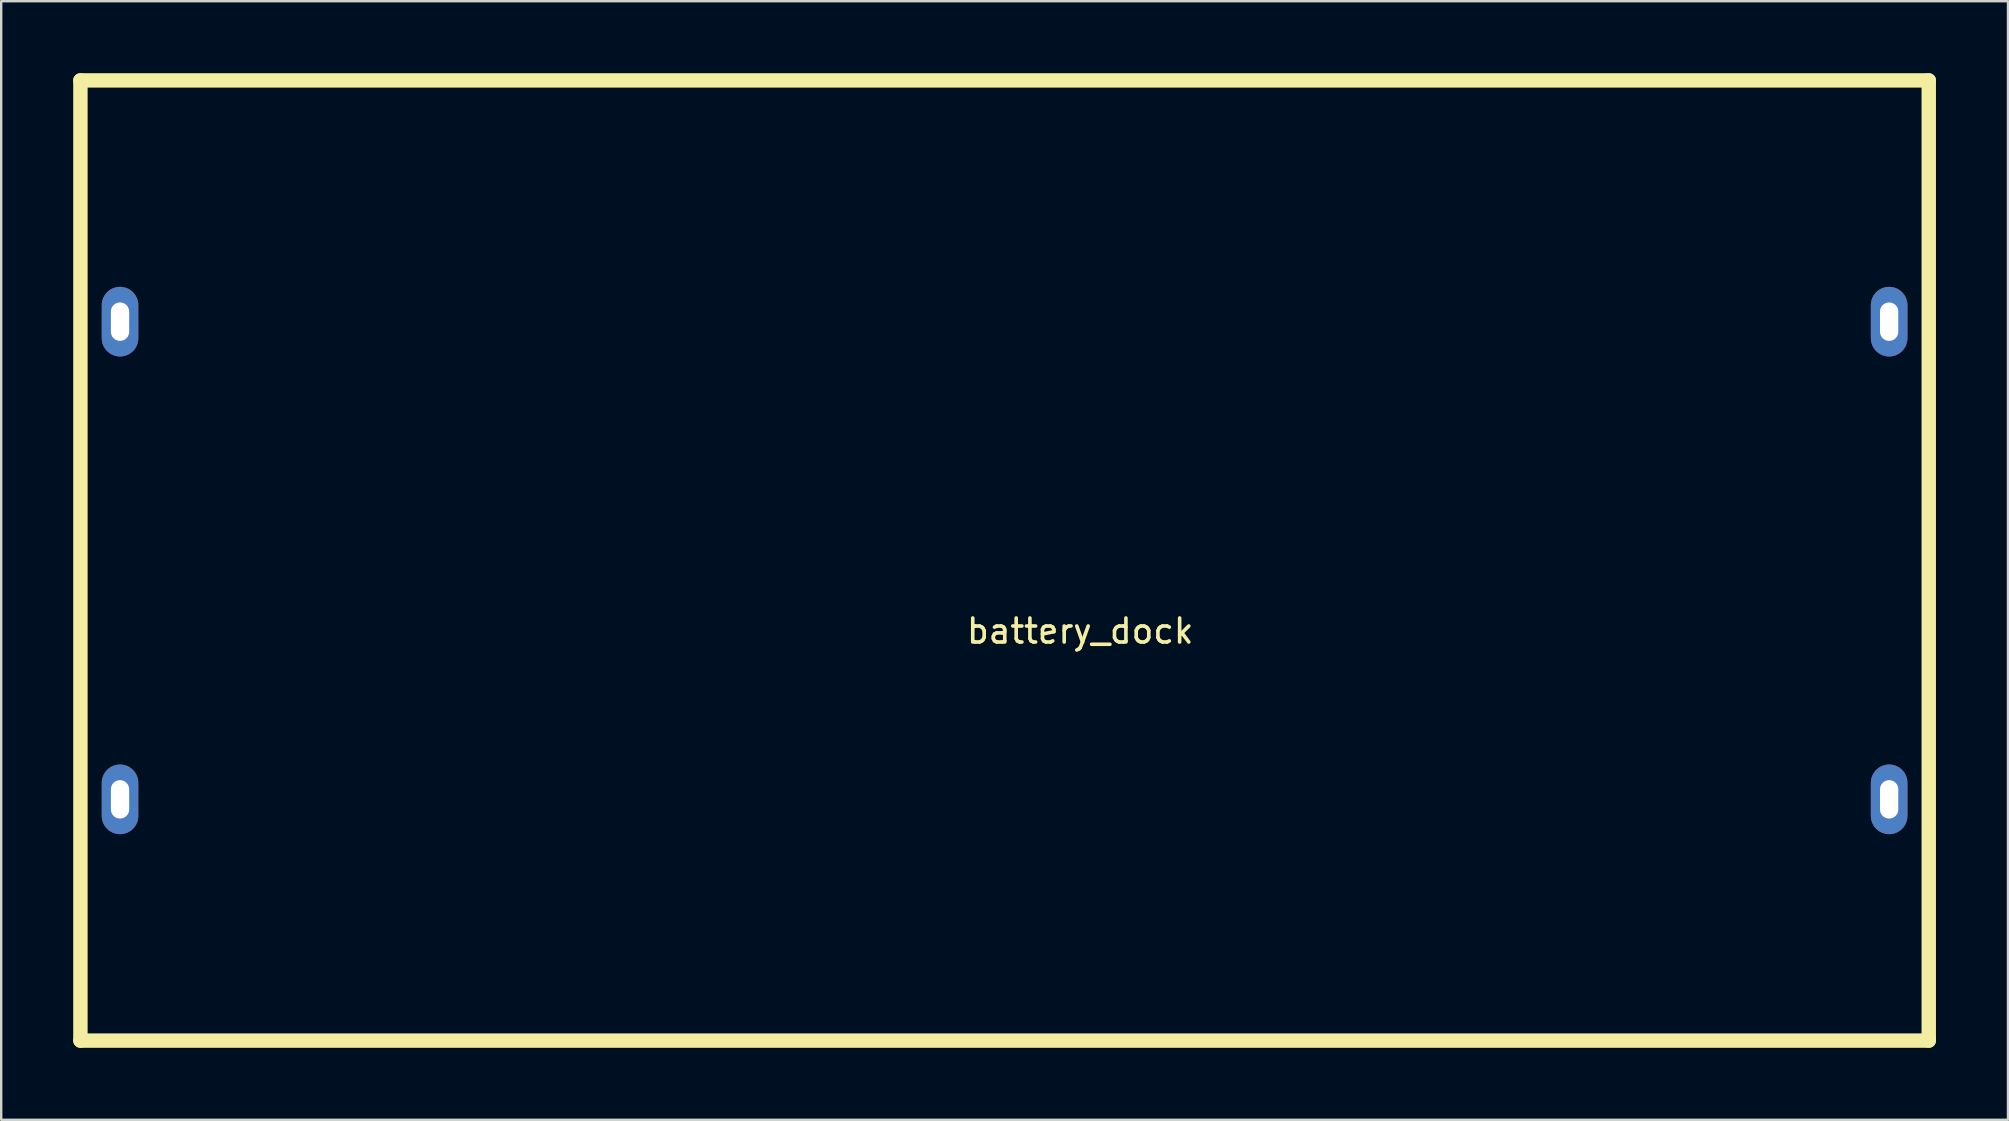
<source format=kicad_pcb>
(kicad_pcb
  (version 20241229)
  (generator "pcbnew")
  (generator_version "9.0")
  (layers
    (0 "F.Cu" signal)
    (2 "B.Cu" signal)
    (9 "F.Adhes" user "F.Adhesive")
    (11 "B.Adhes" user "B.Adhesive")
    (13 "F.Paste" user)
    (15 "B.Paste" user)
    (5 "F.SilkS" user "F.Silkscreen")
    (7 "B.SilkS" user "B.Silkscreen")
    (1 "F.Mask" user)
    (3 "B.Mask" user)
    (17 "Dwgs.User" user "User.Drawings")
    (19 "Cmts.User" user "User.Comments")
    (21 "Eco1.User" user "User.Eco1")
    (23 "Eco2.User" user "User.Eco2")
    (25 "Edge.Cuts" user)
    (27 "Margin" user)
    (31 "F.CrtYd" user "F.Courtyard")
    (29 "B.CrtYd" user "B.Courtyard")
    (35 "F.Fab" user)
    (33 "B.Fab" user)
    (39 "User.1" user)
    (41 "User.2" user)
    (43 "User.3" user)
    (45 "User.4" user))
  (footprint "battery_dock"
    (layer "F.Cu")
    (at 38.8 20.3)
    (property "Reference" "battery_dock" (at 3.15 2.94 0) (layer "F.SilkS") (effects (font (size 1 1) (thickness 0.15))))
    (attr through_hole)
    (fp_line (start -38.5 -20) (end -38.5 20) (stroke (width 0.6) (type solid)) (layer "F.SilkS"))
    (fp_line (start -38.5 -20) (end 38.5 -20) (stroke (width 0.6) (type solid)) (layer "F.SilkS"))
    (fp_line (start 38.5 -20) (end 38.5 20) (stroke (width 0.6) (type solid)) (layer "F.SilkS"))
    (fp_line (start 38.5 20) (end -38.5 20) (stroke (width 0.6) (type solid)) (layer "F.SilkS"))
    (pad "1" thru_hole oval (at 36.85 -9.95) (size 1.524 2.9) (drill oval 0.762 1.6) (layers "*.Cu" "*.Mask"))
    (pad "2" thru_hole oval (at -36.85 -9.95) (size 1.524 2.9) (drill oval 0.762 1.6) (layers "*.Cu" "*.Mask"))
    (pad "3" thru_hole oval (at -36.85 9.95) (size 1.524 2.9) (drill oval 0.762 1.6) (layers "*.Cu" "*.Mask"))
    (pad "4" thru_hole oval (at 36.85 9.95) (size 1.524 2.9) (drill oval 0.762 1.6) (layers "*.Cu" "*.Mask")))
  (gr_rect
    (start -3 -3)
    (end 80.6 43.6)
    (stroke (width 0.1) (type default))
    (fill no)
    (layer "Edge.Cuts")))
</source>
